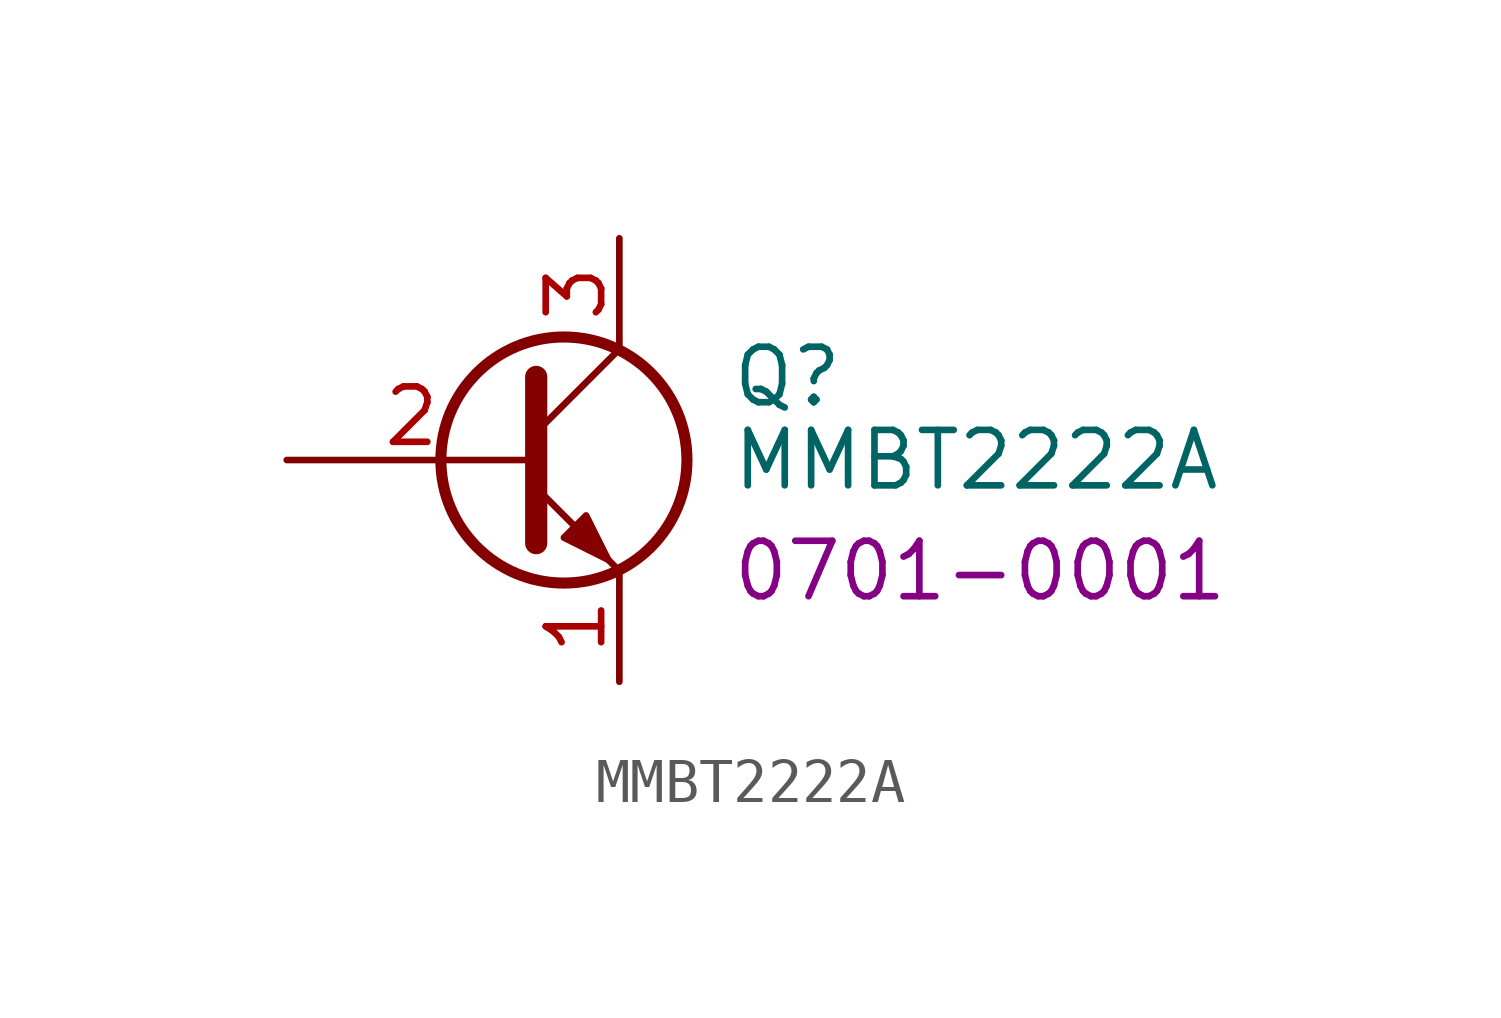
<source format=kicad_sym>
(kicad_symbol_lib
  (version 20211014)
  (generator kicad_symbol_editor)
  (symbol "MMBT2222A"
    (pin_names
      (offset 0) hide)
    (property "Reference" "Q"
      (at 5.08 1.905 0)
      (effects (font (size 1.27 1.27)) (justify left)))
    (property "Value" "MMBT2222A"
      (at 5.08 0 0)
      (effects (font (size 1.27 1.27)) (justify left)))
    (property "PartNumber" "0701-0001"
      (at 5.08 -2.54 0)
      (effects (font (size 1.27 1.27)) (justify left)))
    (symbol "MMBT2222A_0_1"
      (polyline (pts (xy 0.635 0.635) (xy 2.54 2.54)) (stroke (width 0) (type default) (color 0 0 0 0)) (fill (type none)))
      (polyline (pts (xy 0.635 -0.635) (xy 2.54 -2.54) (xy 2.54 -2.54)) (stroke (width 0) (type default) (color 0 0 0 0)) (fill (type none)))
      (polyline (pts (xy 0.635 1.905) (xy 0.635 -1.905) (xy 0.635 -1.905)) (stroke (width 0.508) (type default) (color 0 0 0 0)) (fill (type none)))
      (polyline (pts (xy 1.27 -1.778) (xy 1.778 -1.27) (xy 2.286 -2.286) (xy 1.27 -1.778) (xy 1.27 -1.778)) (stroke (width 0) (type default) (color 0 0 0 0)) (fill (type outline)))
      (circle (center 1.27 0) (radius 2.819) (stroke (width 0.254) (type default) (color 0 0 0 0)) (fill (type none))))
    (symbol "MMBT2222A_1_1"
      (pin passive line (at 2.54 -5.08 90) (length 2.54) (name "E" (effects (font (size 1.27 1.27)))) (number "1" (effects (font (size 1.27 1.27)))))
      (pin passive line (at -5.08 0 0) (length 5.715) (name "B" (effects (font (size 1.27 1.27)))) (number "2" (effects (font (size 1.27 1.27)))))
      (pin passive line (at 2.54 5.08 270) (length 2.54) (name "C" (effects (font (size 1.27 1.27)))) (number "3" (effects (font (size 1.27 1.27))))))))
</source>
